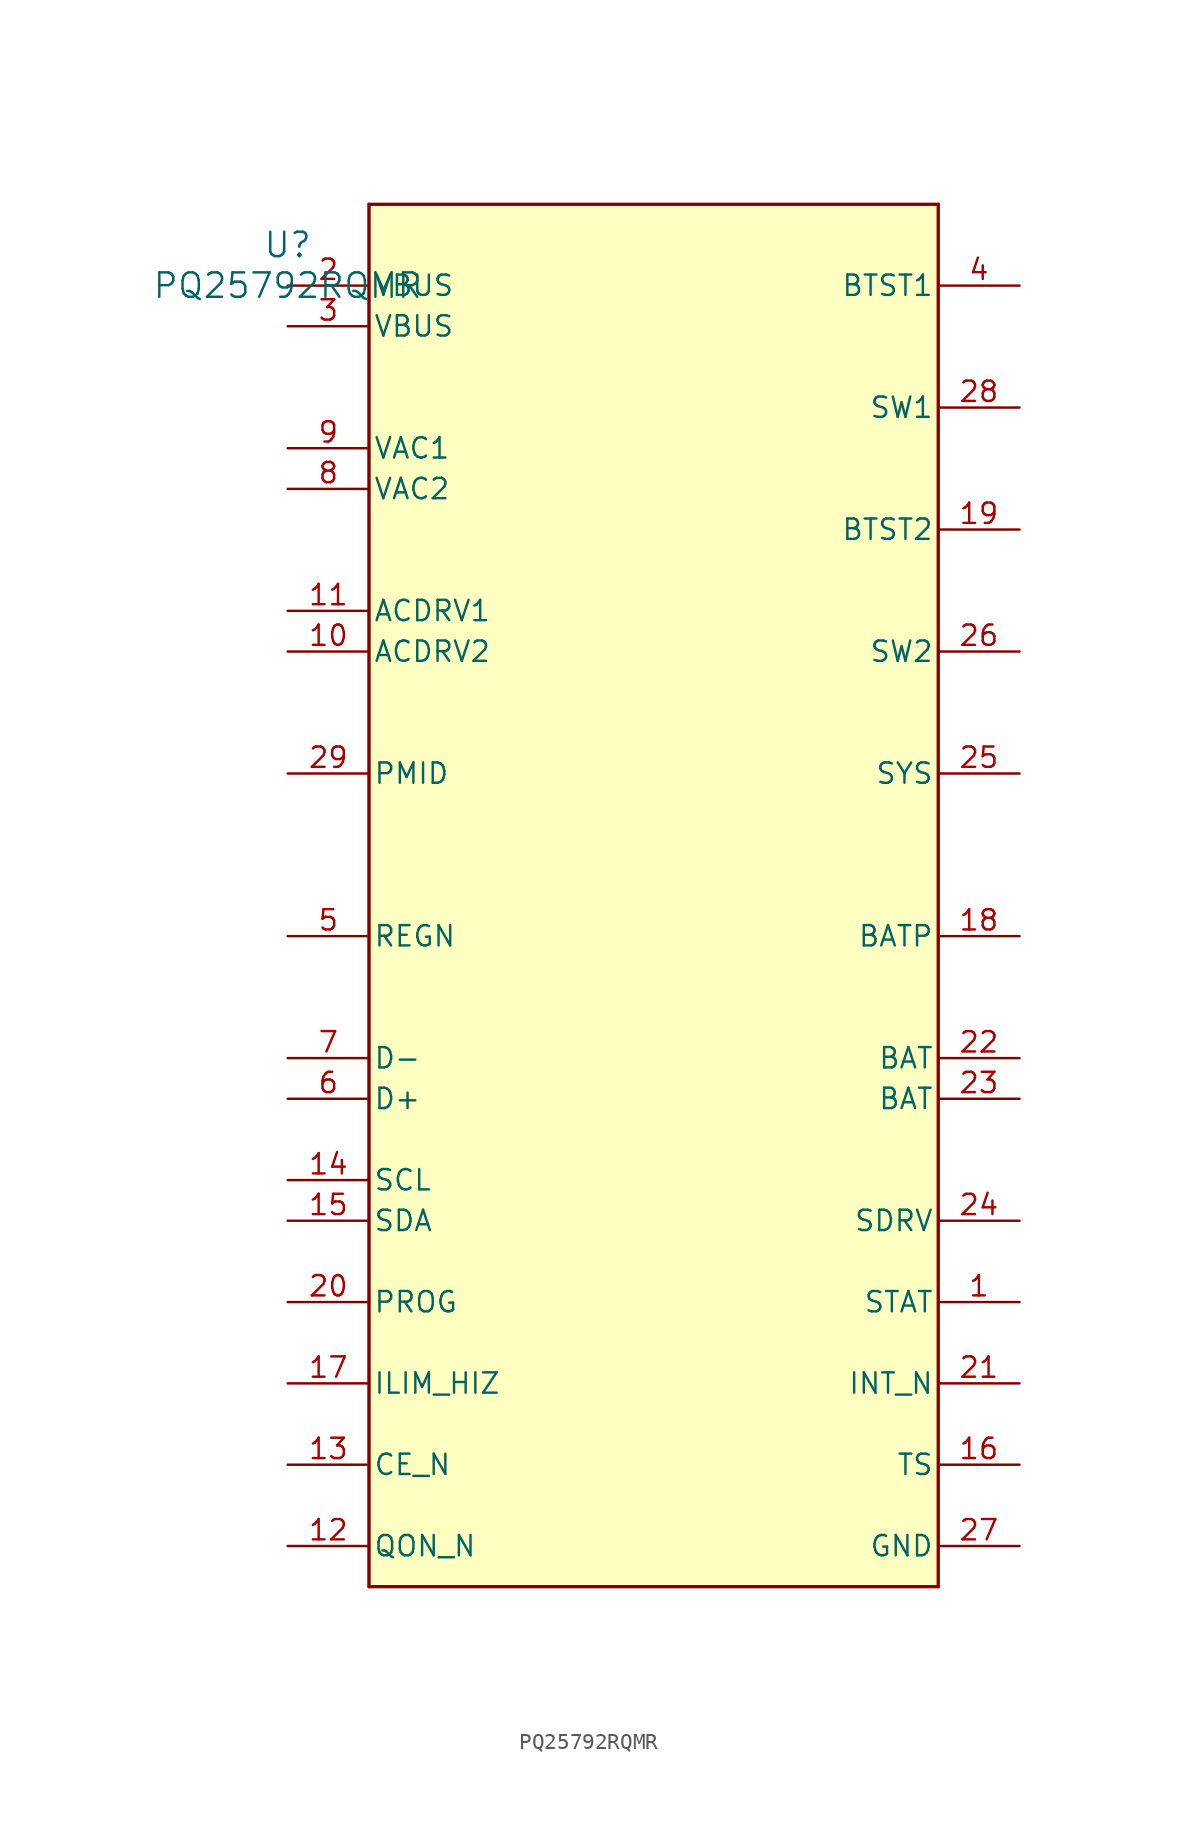
<source format=kicad_sym>
(kicad_symbol_lib
  (version 20220914)
  (generator kicad_symbol_editor)
  (symbol "PQ25792RQMR"
    (pin_names
      (offset 0.254))
    (property "Reference" "U"
      (at 0 2.54 0)
      (effects (font (size 1.524 1.524))))
    (property "Value" "PQ25792RQMR"
      (at 0 0 0)
      (effects (font (size 1.524 1.524))))
    (symbol "PQ25792RQMR_0_1"
      (polyline (pts (xy 5.08 -81.28) (xy 40.64 -81.28)) (stroke (width 0.203) (type default)) (fill (type none)))
      (polyline (pts (xy 5.08 5.08) (xy 5.08 -81.28)) (stroke (width 0.203) (type default)) (fill (type none)))
      (polyline (pts (xy 40.64 -81.28) (xy 40.64 5.08)) (stroke (width 0.203) (type default)) (fill (type none)))
      (polyline (pts (xy 40.64 5.08) (xy 5.08 5.08)) (stroke (width 0.203) (type default)) (fill (type none)))
      (pin unspecified line (at 45.72 -63.5 180) (length 5.08) (name "STAT" (effects (font (size 1.27 1.27)))) (number "1" (effects (font (size 1.27 1.27)))))
      (pin power_in line (at 0 -22.86 0) (length 5.08) (name "ACDRV2" (effects (font (size 1.27 1.27)))) (number "10" (effects (font (size 1.27 1.27)))))
      (pin power_in line (at 0 -20.32 0) (length 5.08) (name "ACDRV1" (effects (font (size 1.27 1.27)))) (number "11" (effects (font (size 1.27 1.27)))))
      (pin unspecified line (at 0 -78.74 0) (length 5.08) (name "QON_N" (effects (font (size 1.27 1.27)))) (number "12" (effects (font (size 1.27 1.27)))))
      (pin unspecified line (at 0 -73.66 0) (length 5.08) (name "CE_N" (effects (font (size 1.27 1.27)))) (number "13" (effects (font (size 1.27 1.27)))))
      (pin input line (at 0 -55.88 0) (length 5.08) (name "SCL" (effects (font (size 1.27 1.27)))) (number "14" (effects (font (size 1.27 1.27)))))
      (pin bidirectional line (at 0 -58.42 0) (length 5.08) (name "SDA" (effects (font (size 1.27 1.27)))) (number "15" (effects (font (size 1.27 1.27)))))
      (pin unspecified line (at 45.72 -73.66 180) (length 5.08) (name "TS" (effects (font (size 1.27 1.27)))) (number "16" (effects (font (size 1.27 1.27)))))
      (pin unspecified line (at 0 -68.58 0) (length 5.08) (name "ILIM_HIZ" (effects (font (size 1.27 1.27)))) (number "17" (effects (font (size 1.27 1.27)))))
      (pin unspecified line (at 45.72 -40.64 180) (length 5.08) (name "BATP" (effects (font (size 1.27 1.27)))) (number "18" (effects (font (size 1.27 1.27)))))
      (pin unspecified line (at 45.72 -15.24 180) (length 5.08) (name "BTST2" (effects (font (size 1.27 1.27)))) (number "19" (effects (font (size 1.27 1.27)))))
      (pin power_in line (at 0 0 0) (length 5.08) (name "VBUS" (effects (font (size 1.27 1.27)))) (number "2" (effects (font (size 1.27 1.27)))))
      (pin unspecified line (at 0 -63.5 0) (length 5.08) (name "PROG" (effects (font (size 1.27 1.27)))) (number "20" (effects (font (size 1.27 1.27)))))
      (pin unspecified line (at 45.72 -68.58 180) (length 5.08) (name "INT_N" (effects (font (size 1.27 1.27)))) (number "21" (effects (font (size 1.27 1.27)))))
      (pin unspecified line (at 45.72 -48.26 180) (length 5.08) (name "BAT" (effects (font (size 1.27 1.27)))) (number "22" (effects (font (size 1.27 1.27)))))
      (pin unspecified line (at 45.72 -50.8 180) (length 5.08) (name "BAT" (effects (font (size 1.27 1.27)))) (number "23" (effects (font (size 1.27 1.27)))))
      (pin unspecified line (at 45.72 -58.42 180) (length 5.08) (name "SDRV" (effects (font (size 1.27 1.27)))) (number "24" (effects (font (size 1.27 1.27)))))
      (pin unspecified line (at 45.72 -30.48 180) (length 5.08) (name "SYS" (effects (font (size 1.27 1.27)))) (number "25" (effects (font (size 1.27 1.27)))))
      (pin unspecified line (at 45.72 -22.86 180) (length 5.08) (name "SW2" (effects (font (size 1.27 1.27)))) (number "26" (effects (font (size 1.27 1.27)))))
      (pin power_in line (at 45.72 -78.74 180) (length 5.08) (name "GND" (effects (font (size 1.27 1.27)))) (number "27" (effects (font (size 1.27 1.27)))))
      (pin unspecified line (at 45.72 -7.62 180) (length 5.08) (name "SW1" (effects (font (size 1.27 1.27)))) (number "28" (effects (font (size 1.27 1.27)))))
      (pin unspecified line (at 0 -30.48 0) (length 5.08) (name "PMID" (effects (font (size 1.27 1.27)))) (number "29" (effects (font (size 1.27 1.27)))))
      (pin power_in line (at 0 -2.54 0) (length 5.08) (name "VBUS" (effects (font (size 1.27 1.27)))) (number "3" (effects (font (size 1.27 1.27)))))
      (pin unspecified line (at 45.72 0 180) (length 5.08) (name "BTST1" (effects (font (size 1.27 1.27)))) (number "4" (effects (font (size 1.27 1.27)))))
      (pin unspecified line (at 0 -40.64 0) (length 5.08) (name "REGN" (effects (font (size 1.27 1.27)))) (number "5" (effects (font (size 1.27 1.27)))))
      (pin unspecified line (at 0 -50.8 0) (length 5.08) (name "D+" (effects (font (size 1.27 1.27)))) (number "6" (effects (font (size 1.27 1.27)))))
      (pin unspecified line (at 0 -48.26 0) (length 5.08) (name "D-" (effects (font (size 1.27 1.27)))) (number "7" (effects (font (size 1.27 1.27)))))
      (pin power_in line (at 0 -12.7 0) (length 5.08) (name "VAC2" (effects (font (size 1.27 1.27)))) (number "8" (effects (font (size 1.27 1.27)))))
      (pin power_in line (at 0 -10.16 0) (length 5.08) (name "VAC1" (effects (font (size 1.27 1.27)))) (number "9" (effects (font (size 1.27 1.27))))))
    (symbol "PQ25792RQMR_1_1"
      (rectangle (start 5.08 5.08) (end 40.64 -81.28) (stroke (width 0) (type default)) (fill (type background))))))
</source>
